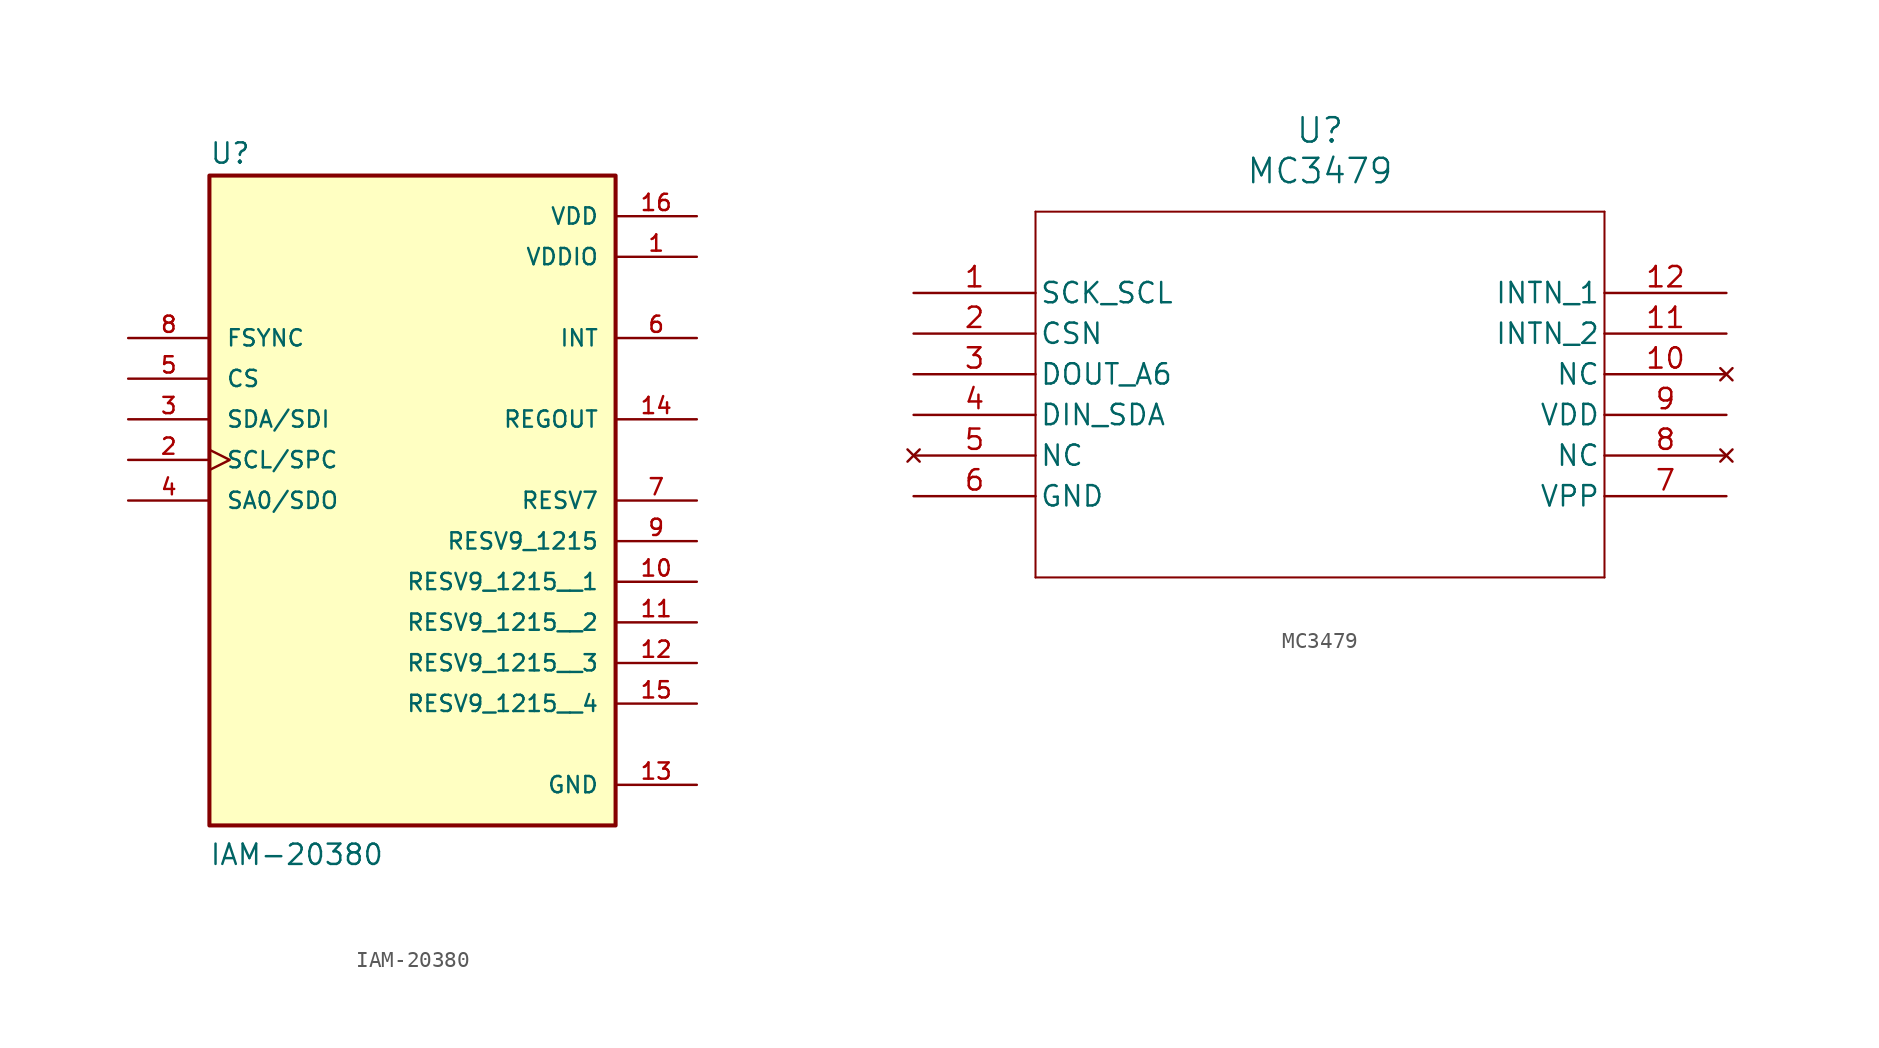
<source format=kicad_sym>
(kicad_symbol_lib
  (version 20220914)
  (generator kicad_symbol_editor)
  (symbol "IAM-20380"
    (pin_names
      (offset 1.016))
    (property "Reference" "U"
      (at -12.709 15.886 0)
      (effects (font (size 1.27 1.27)) (justify left bottom)))
    (property "Value" "IAM-20380"
      (at -12.72 -27.968 0)
      (effects (font (size 1.27 1.27)) (justify left bottom)))
    (symbol "IAM-20380_0_0"
      (rectangle (start -12.7 15.24) (end 12.7 -25.4) (stroke (width 0.254) (type default)) (fill (type background)))
      (pin power_in line (at 17.78 10.16 180) (length 5.08) (name "VDDIO" (effects (font (size 1.016 1.016)))) (number "1" (effects (font (size 1.016 1.016)))))
      (pin passive line (at 17.78 -10.16 180) (length 5.08) (name "RESV9_1215__1" (effects (font (size 1.016 1.016)))) (number "10" (effects (font (size 1.016 1.016)))))
      (pin passive line (at 17.78 -12.7 180) (length 5.08) (name "RESV9_1215__2" (effects (font (size 1.016 1.016)))) (number "11" (effects (font (size 1.016 1.016)))))
      (pin passive line (at 17.78 -15.24 180) (length 5.08) (name "RESV9_1215__3" (effects (font (size 1.016 1.016)))) (number "12" (effects (font (size 1.016 1.016)))))
      (pin power_in line (at 17.78 -22.86 180) (length 5.08) (name "GND" (effects (font (size 1.016 1.016)))) (number "13" (effects (font (size 1.016 1.016)))))
      (pin passive line (at 17.78 0 180) (length 5.08) (name "REGOUT" (effects (font (size 1.016 1.016)))) (number "14" (effects (font (size 1.016 1.016)))))
      (pin passive line (at 17.78 -17.78 180) (length 5.08) (name "RESV9_1215__4" (effects (font (size 1.016 1.016)))) (number "15" (effects (font (size 1.016 1.016)))))
      (pin power_in line (at 17.78 12.7 180) (length 5.08) (name "VDD" (effects (font (size 1.016 1.016)))) (number "16" (effects (font (size 1.016 1.016)))))
      (pin bidirectional clock (at -17.78 -2.54 0) (length 5.08) (name "SCL/SPC" (effects (font (size 1.016 1.016)))) (number "2" (effects (font (size 1.016 1.016)))))
      (pin input line (at -17.78 0 0) (length 5.08) (name "SDA/SDI" (effects (font (size 1.016 1.016)))) (number "3" (effects (font (size 1.016 1.016)))))
      (pin output line (at -17.78 -5.08 0) (length 5.08) (name "SA0/SDO" (effects (font (size 1.016 1.016)))) (number "4" (effects (font (size 1.016 1.016)))))
      (pin input line (at -17.78 2.54 0) (length 5.08) (name "CS" (effects (font (size 1.016 1.016)))) (number "5" (effects (font (size 1.016 1.016)))))
      (pin output line (at 17.78 5.08 180) (length 5.08) (name "INT" (effects (font (size 1.016 1.016)))) (number "6" (effects (font (size 1.016 1.016)))))
      (pin passive line (at 17.78 -5.08 180) (length 5.08) (name "RESV7" (effects (font (size 1.016 1.016)))) (number "7" (effects (font (size 1.016 1.016)))))
      (pin input line (at -17.78 5.08 0) (length 5.08) (name "FSYNC" (effects (font (size 1.016 1.016)))) (number "8" (effects (font (size 1.016 1.016)))))
      (pin passive line (at 17.78 -7.62 180) (length 5.08) (name "RESV9_1215" (effects (font (size 1.016 1.016)))) (number "9" (effects (font (size 1.016 1.016)))))))
  (symbol "MC3479"
    (pin_names
      (offset 0.254))
    (property "Reference" "U"
      (at 25.4 10.16 0)
      (effects (font (size 1.524 1.524))))
    (property "Value" "MC3479"
      (at 25.4 7.62 0)
      (effects (font (size 1.524 1.524))))
    (property "ki_locked" ""
      (at 0 0 0)
      (effects (font (size 1.27 1.27))))
    (symbol "MC3479_0_1"
      (polyline (pts (xy 7.62 -17.78) (xy 43.18 -17.78)) (stroke (width 0.127) (type default)) (fill (type none)))
      (polyline (pts (xy 7.62 5.08) (xy 7.62 -17.78)) (stroke (width 0.127) (type default)) (fill (type none)))
      (polyline (pts (xy 43.18 -17.78) (xy 43.18 5.08)) (stroke (width 0.127) (type default)) (fill (type none)))
      (polyline (pts (xy 43.18 5.08) (xy 7.62 5.08)) (stroke (width 0.127) (type default)) (fill (type none))))
    (symbol "MC3479_1_1"
      (pin input line (at 0 0 0) (length 7.62) (name "SCK_SCL" (effects (font (size 1.27 1.27)))) (number "1" (effects (font (size 1.27 1.27)))))
      (pin no_connect line (at 50.8 -5.08 180) (length 7.62) (name "NC" (effects (font (size 1.27 1.27)))) (number "10" (effects (font (size 1.27 1.27)))))
      (pin output line (at 50.8 -2.54 180) (length 7.62) (name "INTN_2" (effects (font (size 1.27 1.27)))) (number "11" (effects (font (size 1.27 1.27)))))
      (pin output line (at 50.8 0 180) (length 7.62) (name "INTN_1" (effects (font (size 1.27 1.27)))) (number "12" (effects (font (size 1.27 1.27)))))
      (pin input line (at 0 -2.54 0) (length 7.62) (name "CSN" (effects (font (size 1.27 1.27)))) (number "2" (effects (font (size 1.27 1.27)))))
      (pin output line (at 0 -5.08 0) (length 7.62) (name "DOUT_A6" (effects (font (size 1.27 1.27)))) (number "3" (effects (font (size 1.27 1.27)))))
      (pin input line (at 0 -7.62 0) (length 7.62) (name "DIN_SDA" (effects (font (size 1.27 1.27)))) (number "4" (effects (font (size 1.27 1.27)))))
      (pin no_connect line (at 0 -10.16 0) (length 7.62) (name "NC" (effects (font (size 1.27 1.27)))) (number "5" (effects (font (size 1.27 1.27)))))
      (pin power_in line (at 0 -12.7 0) (length 7.62) (name "GND" (effects (font (size 1.27 1.27)))) (number "6" (effects (font (size 1.27 1.27)))))
      (pin power_in line (at 50.8 -12.7 180) (length 7.62) (name "VPP" (effects (font (size 1.27 1.27)))) (number "7" (effects (font (size 1.27 1.27)))))
      (pin no_connect line (at 50.8 -10.16 180) (length 7.62) (name "NC" (effects (font (size 1.27 1.27)))) (number "8" (effects (font (size 1.27 1.27)))))
      (pin power_in line (at 50.8 -7.62 180) (length 7.62) (name "VDD" (effects (font (size 1.27 1.27)))) (number "9" (effects (font (size 1.27 1.27))))))))
</source>
